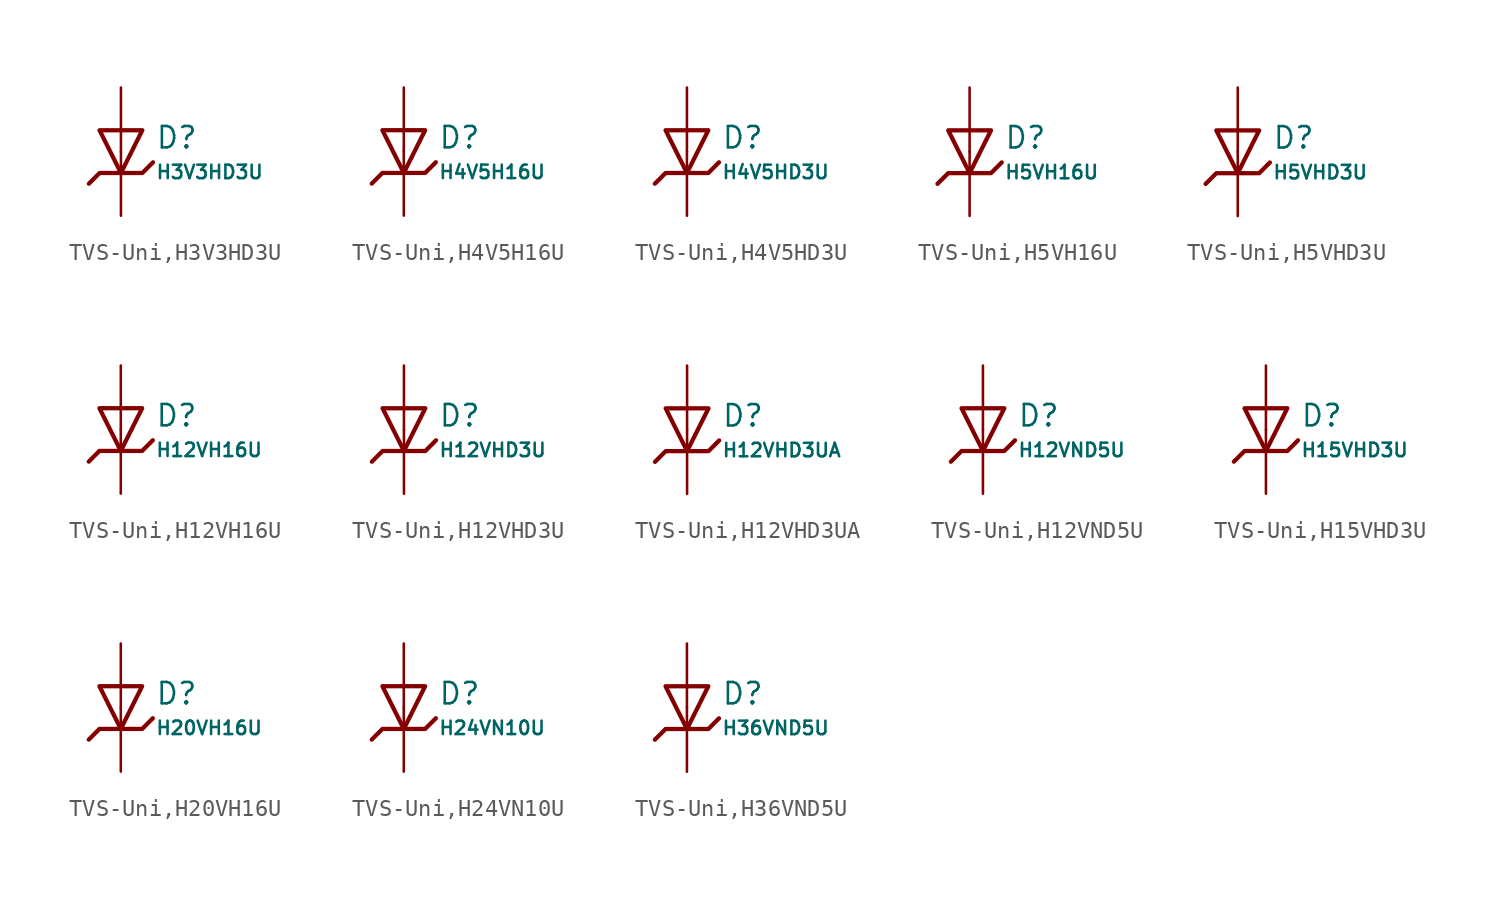
<source format=kicad_sym>
(kicad_symbol_lib
  (version 20231120)
  (generator "CDFER")
  (generator_version "8.0")
  (symbol "TVS-Uni,H3V3HD3U"
    (pin_numbers hide)
    (pin_names
      (offset 0))
    (property "Reference" "D"
      (at 2.032 0.834 0)
      (effects (font (size 1.27 1.27)) (justify left)))
    (property "Value" "H3V3HD3U"
      (at 2.032 -1.212 0)
      (effects (font (size 0.8 0.8)) (justify left)))
    (symbol "TVS-Uni,H3V3HD3U_0_1"
      (polyline (pts (xy -1.27 1.27) (xy 0.00 -1.27) (xy 1.27 1.27) (xy -1.27 1.27)) (stroke (width 0.254) (type default)) (fill (type none))))
    (symbol "TVS-Uni,H3V3HD3U_0_1"
      (polyline (pts (xy -1.905 -1.905) (xy -1.27 -1.27) (xy 1.27 -1.27) (xy 1.905 -0.635)) (stroke (width 0.254) (type default)) (fill (type none))))
    (symbol "TVS-Uni,H3V3HD3U_1_1"
      (pin passive line (at 0 3.81 270) (length 3.81) (name "~" (effects (font (size 1.27 1.27)))) (number "2" (effects (font (size 1.27 1.27)))))
      (pin passive line (at 0 -3.81 90) (length 3.81) (name "~" (effects (font (size 1.27 1.27)))) (number "1" (effects (font (size 1.27 1.27)))))))
  (symbol "TVS-Uni,H4V5H16U"
    (pin_numbers hide)
    (pin_names
      (offset 0))
    (property "Reference" "D"
      (at 2.032 0.834 0)
      (effects (font (size 1.27 1.27)) (justify left)))
    (property "Value" "H4V5H16U"
      (at 2.032 -1.212 0)
      (effects (font (size 0.8 0.8)) (justify left)))
    (symbol "TVS-Uni,H4V5H16U_0_1"
      (polyline (pts (xy -1.27 1.27) (xy 0.00 -1.27) (xy 1.27 1.27) (xy -1.27 1.27)) (stroke (width 0.254) (type default)) (fill (type none))))
    (symbol "TVS-Uni,H4V5H16U_0_1"
      (polyline (pts (xy -1.905 -1.905) (xy -1.27 -1.27) (xy 1.27 -1.27) (xy 1.905 -0.635)) (stroke (width 0.254) (type default)) (fill (type none))))
    (symbol "TVS-Uni,H4V5H16U_1_1"
      (pin passive line (at 0 3.81 270) (length 3.81) (name "~" (effects (font (size 1.27 1.27)))) (number "2" (effects (font (size 1.27 1.27)))))
      (pin passive line (at 0 -3.81 90) (length 3.81) (name "~" (effects (font (size 1.27 1.27)))) (number "1" (effects (font (size 1.27 1.27)))))))
  (symbol "TVS-Uni,H4V5HD3U"
    (pin_numbers hide)
    (pin_names
      (offset 0))
    (property "Reference" "D"
      (at 2.032 0.834 0)
      (effects (font (size 1.27 1.27)) (justify left)))
    (property "Value" "H4V5HD3U"
      (at 2.032 -1.212 0)
      (effects (font (size 0.8 0.8)) (justify left)))
    (symbol "TVS-Uni,H4V5HD3U_0_1"
      (polyline (pts (xy -1.27 1.27) (xy 0.00 -1.27) (xy 1.27 1.27) (xy -1.27 1.27)) (stroke (width 0.254) (type default)) (fill (type none))))
    (symbol "TVS-Uni,H4V5HD3U_0_1"
      (polyline (pts (xy -1.905 -1.905) (xy -1.27 -1.27) (xy 1.27 -1.27) (xy 1.905 -0.635)) (stroke (width 0.254) (type default)) (fill (type none))))
    (symbol "TVS-Uni,H4V5HD3U_1_1"
      (pin passive line (at 0 3.81 270) (length 3.81) (name "~" (effects (font (size 1.27 1.27)))) (number "2" (effects (font (size 1.27 1.27)))))
      (pin passive line (at 0 -3.81 90) (length 3.81) (name "~" (effects (font (size 1.27 1.27)))) (number "1" (effects (font (size 1.27 1.27)))))))
  (symbol "TVS-Uni,H5VH16U"
    (pin_numbers hide)
    (pin_names
      (offset 0))
    (property "Reference" "D"
      (at 2.032 0.834 0)
      (effects (font (size 1.27 1.27)) (justify left)))
    (property "Value" "H5VH16U"
      (at 2.032 -1.212 0)
      (effects (font (size 0.8 0.8)) (justify left)))
    (symbol "TVS-Uni,H5VH16U_0_1"
      (polyline (pts (xy -1.27 1.27) (xy 0.00 -1.27) (xy 1.27 1.27) (xy -1.27 1.27)) (stroke (width 0.254) (type default)) (fill (type none))))
    (symbol "TVS-Uni,H5VH16U_0_1"
      (polyline (pts (xy -1.905 -1.905) (xy -1.27 -1.27) (xy 1.27 -1.27) (xy 1.905 -0.635)) (stroke (width 0.254) (type default)) (fill (type none))))
    (symbol "TVS-Uni,H5VH16U_1_1"
      (pin passive line (at 0 3.81 270) (length 3.81) (name "~" (effects (font (size 1.27 1.27)))) (number "2" (effects (font (size 1.27 1.27)))))
      (pin passive line (at 0 -3.81 90) (length 3.81) (name "~" (effects (font (size 1.27 1.27)))) (number "1" (effects (font (size 1.27 1.27)))))))
  (symbol "TVS-Uni,H5VHD3U"
    (pin_numbers hide)
    (pin_names
      (offset 0))
    (property "Reference" "D"
      (at 2.032 0.834 0)
      (effects (font (size 1.27 1.27)) (justify left)))
    (property "Value" "H5VHD3U"
      (at 2.032 -1.212 0)
      (effects (font (size 0.8 0.8)) (justify left)))
    (symbol "TVS-Uni,H5VHD3U_0_1"
      (polyline (pts (xy -1.27 1.27) (xy 0.00 -1.27) (xy 1.27 1.27) (xy -1.27 1.27)) (stroke (width 0.254) (type default)) (fill (type none))))
    (symbol "TVS-Uni,H5VHD3U_0_1"
      (polyline (pts (xy -1.905 -1.905) (xy -1.27 -1.27) (xy 1.27 -1.27) (xy 1.905 -0.635)) (stroke (width 0.254) (type default)) (fill (type none))))
    (symbol "TVS-Uni,H5VHD3U_1_1"
      (pin passive line (at 0 3.81 270) (length 3.81) (name "~" (effects (font (size 1.27 1.27)))) (number "2" (effects (font (size 1.27 1.27)))))
      (pin passive line (at 0 -3.81 90) (length 3.81) (name "~" (effects (font (size 1.27 1.27)))) (number "1" (effects (font (size 1.27 1.27)))))))
  (symbol "TVS-Uni,H12VH16U"
    (pin_numbers hide)
    (pin_names
      (offset 0))
    (property "Reference" "D"
      (at 2.032 0.834 0)
      (effects (font (size 1.27 1.27)) (justify left)))
    (property "Value" "H12VH16U"
      (at 2.032 -1.212 0)
      (effects (font (size 0.8 0.8)) (justify left)))
    (symbol "TVS-Uni,H12VH16U_0_1"
      (polyline (pts (xy -1.27 1.27) (xy 0.00 -1.27) (xy 1.27 1.27) (xy -1.27 1.27)) (stroke (width 0.254) (type default)) (fill (type none))))
    (symbol "TVS-Uni,H12VH16U_0_1"
      (polyline (pts (xy -1.905 -1.905) (xy -1.27 -1.27) (xy 1.27 -1.27) (xy 1.905 -0.635)) (stroke (width 0.254) (type default)) (fill (type none))))
    (symbol "TVS-Uni,H12VH16U_1_1"
      (pin passive line (at 0 3.81 270) (length 3.81) (name "~" (effects (font (size 1.27 1.27)))) (number "2" (effects (font (size 1.27 1.27)))))
      (pin passive line (at 0 -3.81 90) (length 3.81) (name "~" (effects (font (size 1.27 1.27)))) (number "1" (effects (font (size 1.27 1.27)))))))
  (symbol "TVS-Uni,H12VHD3U"
    (pin_numbers hide)
    (pin_names
      (offset 0))
    (property "Reference" "D"
      (at 2.032 0.834 0)
      (effects (font (size 1.27 1.27)) (justify left)))
    (property "Value" "H12VHD3U"
      (at 2.032 -1.212 0)
      (effects (font (size 0.8 0.8)) (justify left)))
    (symbol "TVS-Uni,H12VHD3U_0_1"
      (polyline (pts (xy -1.27 1.27) (xy 0.00 -1.27) (xy 1.27 1.27) (xy -1.27 1.27)) (stroke (width 0.254) (type default)) (fill (type none))))
    (symbol "TVS-Uni,H12VHD3U_0_1"
      (polyline (pts (xy -1.905 -1.905) (xy -1.27 -1.27) (xy 1.27 -1.27) (xy 1.905 -0.635)) (stroke (width 0.254) (type default)) (fill (type none))))
    (symbol "TVS-Uni,H12VHD3U_1_1"
      (pin passive line (at 0 3.81 270) (length 3.81) (name "~" (effects (font (size 1.27 1.27)))) (number "2" (effects (font (size 1.27 1.27)))))
      (pin passive line (at 0 -3.81 90) (length 3.81) (name "~" (effects (font (size 1.27 1.27)))) (number "1" (effects (font (size 1.27 1.27)))))))
  (symbol "TVS-Uni,H12VHD3UA"
    (pin_numbers hide)
    (pin_names
      (offset 0))
    (property "Reference" "D"
      (at 2.032 0.834 0)
      (effects (font (size 1.27 1.27)) (justify left)))
    (property "Value" "H12VHD3UA"
      (at 2.032 -1.212 0)
      (effects (font (size 0.8 0.8)) (justify left)))
    (symbol "TVS-Uni,H12VHD3UA_0_1"
      (polyline (pts (xy -1.27 1.27) (xy 0.00 -1.27) (xy 1.27 1.27) (xy -1.27 1.27)) (stroke (width 0.254) (type default)) (fill (type none))))
    (symbol "TVS-Uni,H12VHD3UA_0_1"
      (polyline (pts (xy -1.905 -1.905) (xy -1.27 -1.27) (xy 1.27 -1.27) (xy 1.905 -0.635)) (stroke (width 0.254) (type default)) (fill (type none))))
    (symbol "TVS-Uni,H12VHD3UA_1_1"
      (pin passive line (at 0 3.81 270) (length 3.81) (name "~" (effects (font (size 1.27 1.27)))) (number "2" (effects (font (size 1.27 1.27)))))
      (pin passive line (at 0 -3.81 90) (length 3.81) (name "~" (effects (font (size 1.27 1.27)))) (number "1" (effects (font (size 1.27 1.27)))))))
  (symbol "TVS-Uni,H12VND5U"
    (pin_numbers hide)
    (pin_names
      (offset 0))
    (property "Reference" "D"
      (at 2.032 0.834 0)
      (effects (font (size 1.27 1.27)) (justify left)))
    (property "Value" "H12VND5U"
      (at 2.032 -1.212 0)
      (effects (font (size 0.8 0.8)) (justify left)))
    (symbol "TVS-Uni,H12VND5U_0_1"
      (polyline (pts (xy -1.27 1.27) (xy 0.00 -1.27) (xy 1.27 1.27) (xy -1.27 1.27)) (stroke (width 0.254) (type default)) (fill (type none))))
    (symbol "TVS-Uni,H12VND5U_0_1"
      (polyline (pts (xy -1.905 -1.905) (xy -1.27 -1.27) (xy 1.27 -1.27) (xy 1.905 -0.635)) (stroke (width 0.254) (type default)) (fill (type none))))
    (symbol "TVS-Uni,H12VND5U_1_1"
      (pin passive line (at 0 3.81 270) (length 3.81) (name "~" (effects (font (size 1.27 1.27)))) (number "2" (effects (font (size 1.27 1.27)))))
      (pin passive line (at 0 -3.81 90) (length 3.81) (name "~" (effects (font (size 1.27 1.27)))) (number "1" (effects (font (size 1.27 1.27)))))))
  (symbol "TVS-Uni,H15VHD3U"
    (pin_numbers hide)
    (pin_names
      (offset 0))
    (property "Reference" "D"
      (at 2.032 0.834 0)
      (effects (font (size 1.27 1.27)) (justify left)))
    (property "Value" "H15VHD3U"
      (at 2.032 -1.212 0)
      (effects (font (size 0.8 0.8)) (justify left)))
    (symbol "TVS-Uni,H15VHD3U_0_1"
      (polyline (pts (xy -1.27 1.27) (xy 0.00 -1.27) (xy 1.27 1.27) (xy -1.27 1.27)) (stroke (width 0.254) (type default)) (fill (type none))))
    (symbol "TVS-Uni,H15VHD3U_0_1"
      (polyline (pts (xy -1.905 -1.905) (xy -1.27 -1.27) (xy 1.27 -1.27) (xy 1.905 -0.635)) (stroke (width 0.254) (type default)) (fill (type none))))
    (symbol "TVS-Uni,H15VHD3U_1_1"
      (pin passive line (at 0 3.81 270) (length 3.81) (name "~" (effects (font (size 1.27 1.27)))) (number "2" (effects (font (size 1.27 1.27)))))
      (pin passive line (at 0 -3.81 90) (length 3.81) (name "~" (effects (font (size 1.27 1.27)))) (number "1" (effects (font (size 1.27 1.27)))))))
  (symbol "TVS-Uni,H20VH16U"
    (pin_numbers hide)
    (pin_names
      (offset 0))
    (property "Reference" "D"
      (at 2.032 0.834 0)
      (effects (font (size 1.27 1.27)) (justify left)))
    (property "Value" "H20VH16U"
      (at 2.032 -1.212 0)
      (effects (font (size 0.8 0.8)) (justify left)))
    (symbol "TVS-Uni,H20VH16U_0_1"
      (polyline (pts (xy -1.27 1.27) (xy 0.00 -1.27) (xy 1.27 1.27) (xy -1.27 1.27)) (stroke (width 0.254) (type default)) (fill (type none))))
    (symbol "TVS-Uni,H20VH16U_0_1"
      (polyline (pts (xy -1.905 -1.905) (xy -1.27 -1.27) (xy 1.27 -1.27) (xy 1.905 -0.635)) (stroke (width 0.254) (type default)) (fill (type none))))
    (symbol "TVS-Uni,H20VH16U_1_1"
      (pin passive line (at 0 3.81 270) (length 3.81) (name "~" (effects (font (size 1.27 1.27)))) (number "2" (effects (font (size 1.27 1.27)))))
      (pin passive line (at 0 -3.81 90) (length 3.81) (name "~" (effects (font (size 1.27 1.27)))) (number "1" (effects (font (size 1.27 1.27)))))))
  (symbol "TVS-Uni,H24VN10U"
    (pin_numbers hide)
    (pin_names
      (offset 0))
    (property "Reference" "D"
      (at 2.032 0.834 0)
      (effects (font (size 1.27 1.27)) (justify left)))
    (property "Value" "H24VN10U"
      (at 2.032 -1.212 0)
      (effects (font (size 0.8 0.8)) (justify left)))
    (symbol "TVS-Uni,H24VN10U_0_1"
      (polyline (pts (xy -1.27 1.27) (xy 0.00 -1.27) (xy 1.27 1.27) (xy -1.27 1.27)) (stroke (width 0.254) (type default)) (fill (type none))))
    (symbol "TVS-Uni,H24VN10U_0_1"
      (polyline (pts (xy -1.905 -1.905) (xy -1.27 -1.27) (xy 1.27 -1.27) (xy 1.905 -0.635)) (stroke (width 0.254) (type default)) (fill (type none))))
    (symbol "TVS-Uni,H24VN10U_1_1"
      (pin passive line (at 0 3.81 270) (length 3.81) (name "~" (effects (font (size 1.27 1.27)))) (number "2" (effects (font (size 1.27 1.27)))))
      (pin passive line (at 0 -3.81 90) (length 3.81) (name "~" (effects (font (size 1.27 1.27)))) (number "1" (effects (font (size 1.27 1.27)))))))
  (symbol "TVS-Uni,H36VND5U"
    (pin_numbers hide)
    (pin_names
      (offset 0))
    (property "Reference" "D"
      (at 2.032 0.834 0)
      (effects (font (size 1.27 1.27)) (justify left)))
    (property "Value" "H36VND5U"
      (at 2.032 -1.212 0)
      (effects (font (size 0.8 0.8)) (justify left)))
    (symbol "TVS-Uni,H36VND5U_0_1"
      (polyline (pts (xy -1.27 1.27) (xy 0.00 -1.27) (xy 1.27 1.27) (xy -1.27 1.27)) (stroke (width 0.254) (type default)) (fill (type none))))
    (symbol "TVS-Uni,H36VND5U_0_1"
      (polyline (pts (xy -1.905 -1.905) (xy -1.27 -1.27) (xy 1.27 -1.27) (xy 1.905 -0.635)) (stroke (width 0.254) (type default)) (fill (type none))))
    (symbol "TVS-Uni,H36VND5U_1_1"
      (pin passive line (at 0 3.81 270) (length 3.81) (name "~" (effects (font (size 1.27 1.27)))) (number "2" (effects (font (size 1.27 1.27)))))
      (pin passive line (at 0 -3.81 90) (length 3.81) (name "~" (effects (font (size 1.27 1.27)))) (number "1" (effects (font (size 1.27 1.27))))))))
</source>
